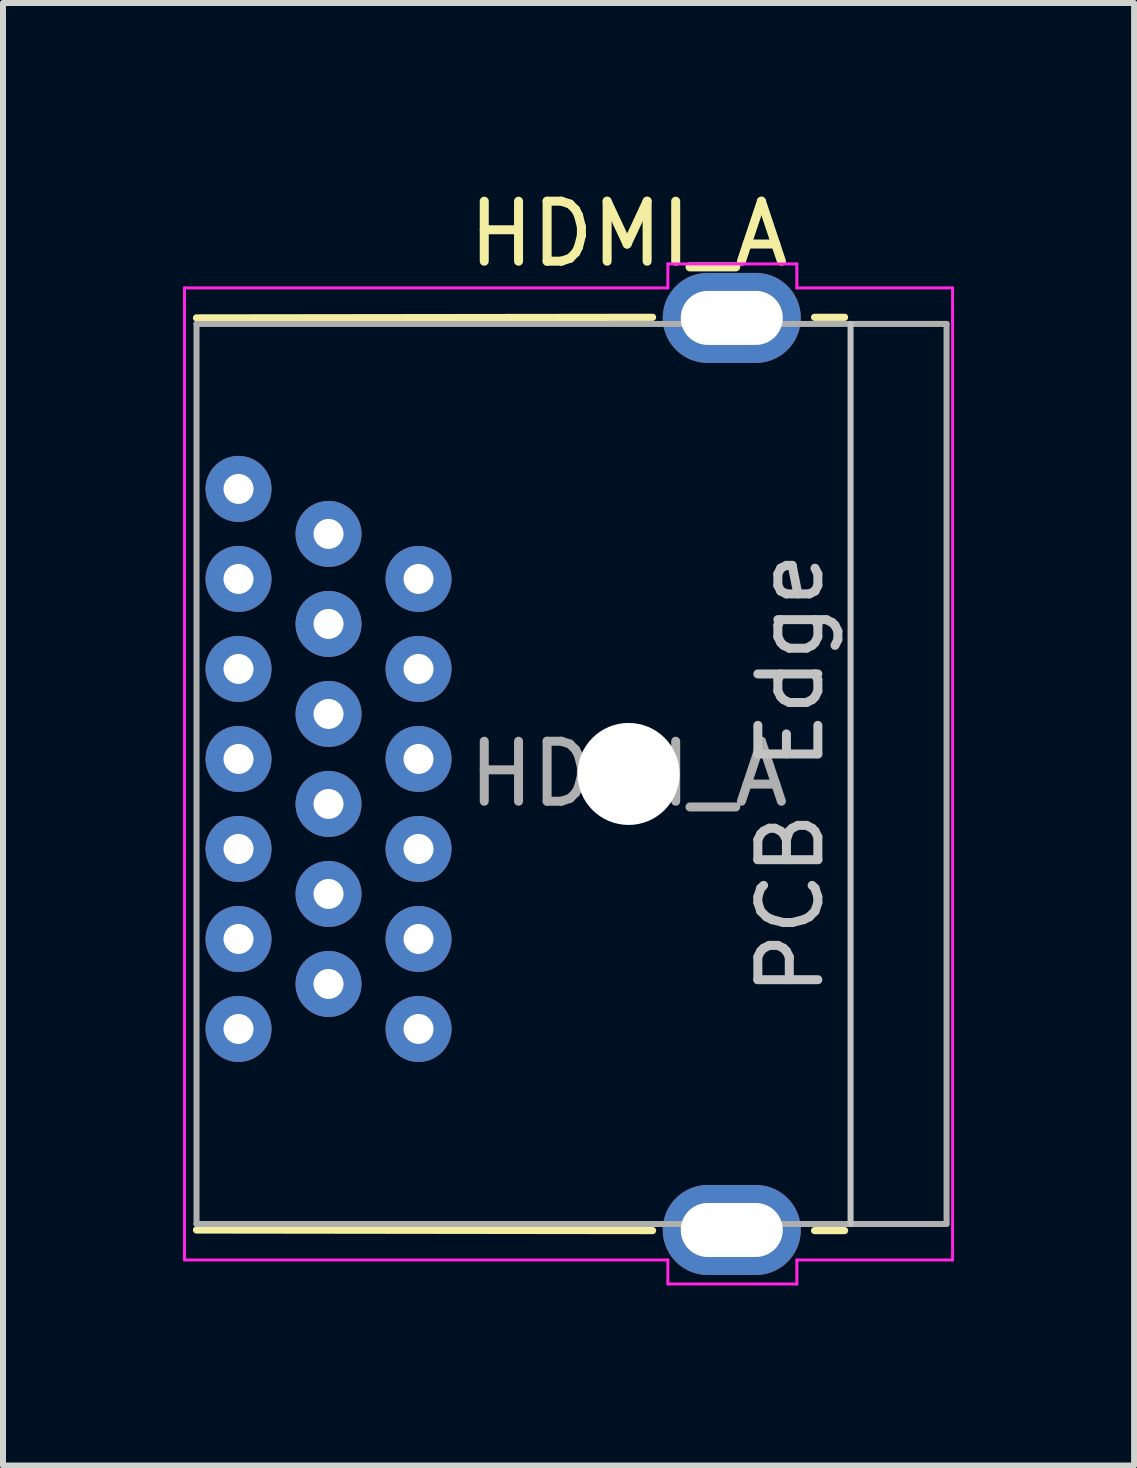
<source format=kicad_pcb>
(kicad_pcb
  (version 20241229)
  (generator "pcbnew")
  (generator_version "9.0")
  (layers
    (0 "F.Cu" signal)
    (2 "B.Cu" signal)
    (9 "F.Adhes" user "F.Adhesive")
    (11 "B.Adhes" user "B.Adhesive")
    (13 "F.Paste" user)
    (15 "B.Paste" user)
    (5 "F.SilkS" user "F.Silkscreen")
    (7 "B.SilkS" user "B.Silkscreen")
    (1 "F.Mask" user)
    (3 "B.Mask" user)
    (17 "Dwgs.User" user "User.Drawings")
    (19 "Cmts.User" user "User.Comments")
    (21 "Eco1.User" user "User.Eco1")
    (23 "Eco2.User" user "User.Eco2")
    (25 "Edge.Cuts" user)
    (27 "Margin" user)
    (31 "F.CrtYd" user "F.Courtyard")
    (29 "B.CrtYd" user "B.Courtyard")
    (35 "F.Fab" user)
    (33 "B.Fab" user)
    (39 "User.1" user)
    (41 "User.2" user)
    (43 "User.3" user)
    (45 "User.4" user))
  (footprint "HDMI_A"
    (layer "F.Cu")
    (at 5.825 9.848)
    (property "Reference" "HDMI_A" (at 1.6 -9 0) (layer "F.SilkS") (effects (font (size 1 1) (thickness 0.15))))
    (attr smd)
    (fp_line (start -5.6 -7.6) (end 2 -7.61) (stroke (width 0.12) (type solid)) (layer "F.SilkS"))
    (fp_line (start -5.6 7.6) (end 2 7.61) (stroke (width 0.12) (type solid)) (layer "F.SilkS"))
    (fp_line (start 4.7 -7.61) (end 5.2 -7.61) (stroke (width 0.12) (type solid)) (layer "F.SilkS"))
    (fp_line (start 4.7 7.61) (end 5.2 7.61) (stroke (width 0.12) (type solid)) (layer "F.SilkS"))
    (fp_line (start 5.3 -7.5) (end 5.3 7.5) (stroke (width 0.1) (type solid)) (layer "Dwgs.User"))
    (fp_line (start -5.8 8.1) (end -5.8 -8.1) (stroke (width 0.05) (type solid)) (layer "F.CrtYd"))
    (fp_line (start 2.255 -8.1) (end -5.8 -8.1) (stroke (width 0.05) (type solid)) (layer "F.CrtYd"))
    (fp_line (start 2.255 -8.1) (end 2.255 -8.5) (stroke (width 0.05) (type solid)) (layer "F.CrtYd"))
    (fp_line (start 2.255 8.1) (end -5.8 8.1) (stroke (width 0.05) (type solid)) (layer "F.CrtYd"))
    (fp_line (start 2.255 8.5) (end 2.255 8.1) (stroke (width 0.05) (type solid)) (layer "F.CrtYd"))
    (fp_line (start 4.405 -8.5) (end 2.255 -8.5) (stroke (width 0.05) (type solid)) (layer "F.CrtYd"))
    (fp_line (start 4.405 -8.1) (end 4.405 -8.5) (stroke (width 0.05) (type solid)) (layer "F.CrtYd"))
    (fp_line (start 4.405 8.5) (end 2.255 8.5) (stroke (width 0.05) (type solid)) (layer "F.CrtYd"))
    (fp_line (start 4.405 8.5) (end 4.405 8.1) (stroke (width 0.05) (type solid)) (layer "F.CrtYd"))
    (fp_line (start 7 -8.1) (end 4.405 -8.1) (stroke (width 0.05) (type solid)) (layer "F.CrtYd"))
    (fp_line (start 7 8.1) (end 4.405 8.1) (stroke (width 0.05) (type solid)) (layer "F.CrtYd"))
    (fp_line (start 7 8.1) (end 7 -8.1) (stroke (width 0.05) (type solid)) (layer "F.CrtYd"))
    (fp_line (start -5.6 -7.5) (end -5.6 7.5) (stroke (width 0.1) (type solid)) (layer "F.Fab"))
    (fp_line (start -5.6 -7.5) (end 6.9 -7.5) (stroke (width 0.1) (type solid)) (layer "F.Fab"))
    (fp_line (start -5.6 7.5) (end 6.9 7.5) (stroke (width 0.1) (type solid)) (layer "F.Fab"))
    (fp_line (start 6.9 -7.5) (end 6.9 7.5) (stroke (width 0.1) (type solid)) (layer "F.Fab"))
    (fp_text user "PCB Edge" (at 4.3 0 90) (layer "Dwgs.User") (effects (font (size 1 1) (thickness 0.15))))
    (fp_text user "${REFERENCE}" (at 1.6 0 0) (layer "F.Fab") (effects (font (size 1 1) (thickness 0.15))))
    (pad "" np_thru_hole circle (at 1.6 0 270) (size 1.7 1.7) (drill 1.7) (layers "*.Cu" "*.Mask"))
    (pad "1" thru_hole circle (at -4.9 -4.75 270) (size 1.1 1.1) (drill 0.5) (layers "*.Cu" "*.Mask") (remove_unused_layers yes) (keep_end_layers yes) (zone_layer_connections))
    (pad "2" thru_hole circle (at -3.4 -4 270) (size 1.1 1.1) (drill 0.5) (layers "*.Cu" "*.Mask") (remove_unused_layers yes) (keep_end_layers yes) (zone_layer_connections))
    (pad "3" thru_hole circle (at -4.9 -3.25 270) (size 1.1 1.1) (drill 0.5) (layers "*.Cu" "*.Mask") (remove_unused_layers yes) (keep_end_layers yes) (zone_layer_connections))
    (pad "4" thru_hole circle (at -1.9 -3.25 270) (size 1.1 1.1) (drill 0.5) (layers "*.Cu" "*.Mask") (remove_unused_layers yes) (keep_end_layers yes) (zone_layer_connections))
    (pad "5" thru_hole circle (at -3.4 -2.5 270) (size 1.1 1.1) (drill 0.5) (layers "*.Cu" "*.Mask") (remove_unused_layers yes) (keep_end_layers yes) (zone_layer_connections))
    (pad "6" thru_hole circle (at -1.9 -1.75 270) (size 1.1 1.1) (drill 0.5) (layers "*.Cu" "*.Mask") (remove_unused_layers yes) (keep_end_layers yes) (zone_layer_connections))
    (pad "7" thru_hole circle (at -4.9 -1.75 270) (size 1.1 1.1) (drill 0.5) (layers "*.Cu" "*.Mask") (remove_unused_layers yes) (keep_end_layers yes) (zone_layer_connections))
    (pad "8" thru_hole circle (at -3.4 -1 270) (size 1.1 1.1) (drill 0.5) (layers "*.Cu" "*.Mask") (remove_unused_layers yes) (keep_end_layers yes) (zone_layer_connections))
    (pad "9" thru_hole circle (at -4.9 -0.25 270) (size 1.1 1.1) (drill 0.5) (layers "*.Cu" "*.Mask") (remove_unused_layers yes) (keep_end_layers yes) (zone_layer_connections))
    (pad "10" thru_hole circle (at -1.9 -0.25 270) (size 1.1 1.1) (drill 0.5) (layers "*.Cu" "*.Mask") (remove_unused_layers yes) (keep_end_layers yes) (zone_layer_connections))
    (pad "11" thru_hole circle (at -3.4 0.5 270) (size 1.1 1.1) (drill 0.5) (layers "*.Cu" "*.Mask") (remove_unused_layers yes) (keep_end_layers yes) (zone_layer_connections))
    (pad "12" thru_hole circle (at -1.9 1.25 270) (size 1.1 1.1) (drill 0.5) (layers "*.Cu" "*.Mask") (remove_unused_layers yes) (keep_end_layers yes) (zone_layer_connections))
    (pad "13" thru_hole circle (at -4.9 1.25 270) (size 1.1 1.1) (drill 0.5) (layers "*.Cu" "*.Mask") (remove_unused_layers yes) (keep_end_layers yes) (zone_layer_connections))
    (pad "14" thru_hole circle (at -3.4 2 270) (size 1.1 1.1) (drill 0.5) (layers "*.Cu" "*.Mask") (remove_unused_layers yes) (keep_end_layers yes) (zone_layer_connections))
    (pad "15" thru_hole circle (at -4.9 2.75 270) (size 1.1 1.1) (drill 0.5) (layers "*.Cu" "*.Mask") (remove_unused_layers yes) (keep_end_layers yes) (zone_layer_connections))
    (pad "16" thru_hole circle (at -1.9 2.75 270) (size 1.1 1.1) (drill 0.5) (layers "*.Cu" "*.Mask") (remove_unused_layers yes) (keep_end_layers yes) (zone_layer_connections))
    (pad "17" thru_hole circle (at -3.4 3.5 270) (size 1.1 1.1) (drill 0.5) (layers "*.Cu" "*.Mask") (remove_unused_layers yes) (keep_end_layers yes) (zone_layer_connections))
    (pad "18" thru_hole circle (at -1.9 4.25 270) (size 1.1 1.1) (drill 0.5) (layers "*.Cu" "*.Mask") (remove_unused_layers yes) (keep_end_layers yes) (zone_layer_connections))
    (pad "19" thru_hole circle (at -4.9 4.25 270) (size 1.1 1.1) (drill 0.5) (layers "*.Cu" "*.Mask") (remove_unused_layers yes) (keep_end_layers yes) (zone_layer_connections))
    (pad "SH" thru_hole oval (at 3.32 -7.6) (size 2.3 1.5) (drill oval 1.7 0.9) (layers "*.Cu" "*.Mask"))
    (pad "SH" thru_hole oval (at 3.32 7.6) (size 2.3 1.5) (drill oval 1.7 0.9) (layers "*.Cu" "*.Mask")))
  (gr_rect
    (start -3 -3)
    (end 15.85 21.373)
    (stroke (width 0.1) (type default))
    (fill no)
    (layer "Edge.Cuts")))
</source>
